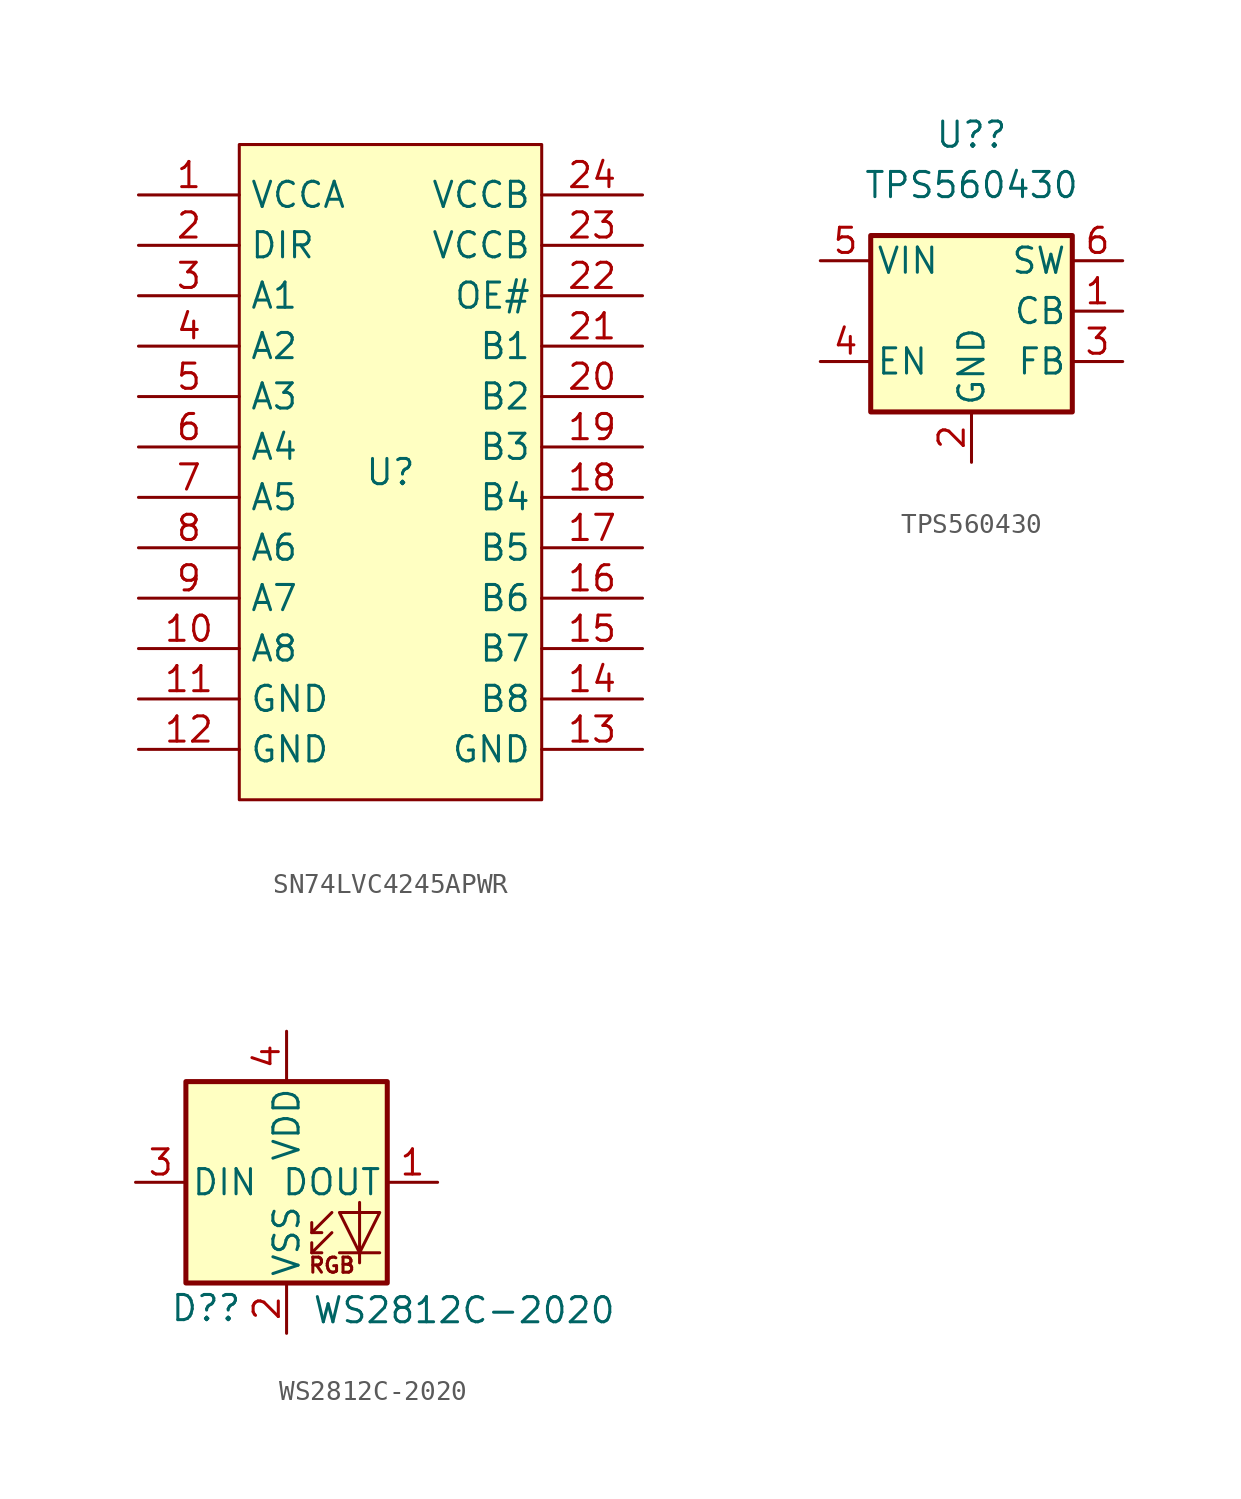
<source format=kicad_sym>
(kicad_symbol_lib
  (version 20231120)
  (generator "kicad_symbol_editor")
  (generator_version "8.0")
  (symbol "SN74LVC4245APWR"
    (property "Reference" "U"
      (at 0 0 0)
      (effects (font (size 1.27 1.27))))
    (property "Value" ""
      (at 0 0 0)
      (effects (font (size 1.27 1.27))))
    (symbol "SN74LVC4245APWR_1_0"
      (rectangle (start -7.62 16.51) (end 7.62 -16.51) (stroke (width 0) (type default)) (fill (type background)))
      (pin unspecified line (at -12.7 13.97 0) (length 5.08) (name "VCCA" (effects (font (size 1.27 1.27)))) (number "1" (effects (font (size 1.27 1.27)))))
      (pin unspecified line (at -12.7 -8.89 0) (length 5.08) (name "A8" (effects (font (size 1.27 1.27)))) (number "10" (effects (font (size 1.27 1.27)))))
      (pin unspecified line (at -12.7 -11.43 0) (length 5.08) (name "GND" (effects (font (size 1.27 1.27)))) (number "11" (effects (font (size 1.27 1.27)))))
      (pin unspecified line (at -12.7 -13.97 0) (length 5.08) (name "GND" (effects (font (size 1.27 1.27)))) (number "12" (effects (font (size 1.27 1.27)))))
      (pin unspecified line (at 12.7 -13.97 180) (length 5.08) (name "GND" (effects (font (size 1.27 1.27)))) (number "13" (effects (font (size 1.27 1.27)))))
      (pin unspecified line (at 12.7 -11.43 180) (length 5.08) (name "B8" (effects (font (size 1.27 1.27)))) (number "14" (effects (font (size 1.27 1.27)))))
      (pin unspecified line (at 12.7 -8.89 180) (length 5.08) (name "B7" (effects (font (size 1.27 1.27)))) (number "15" (effects (font (size 1.27 1.27)))))
      (pin unspecified line (at 12.7 -6.35 180) (length 5.08) (name "B6" (effects (font (size 1.27 1.27)))) (number "16" (effects (font (size 1.27 1.27)))))
      (pin unspecified line (at 12.7 -3.81 180) (length 5.08) (name "B5" (effects (font (size 1.27 1.27)))) (number "17" (effects (font (size 1.27 1.27)))))
      (pin unspecified line (at 12.7 -1.27 180) (length 5.08) (name "B4" (effects (font (size 1.27 1.27)))) (number "18" (effects (font (size 1.27 1.27)))))
      (pin unspecified line (at 12.7 1.27 180) (length 5.08) (name "B3" (effects (font (size 1.27 1.27)))) (number "19" (effects (font (size 1.27 1.27)))))
      (pin unspecified line (at -12.7 11.43 0) (length 5.08) (name "DIR" (effects (font (size 1.27 1.27)))) (number "2" (effects (font (size 1.27 1.27)))))
      (pin unspecified line (at 12.7 3.81 180) (length 5.08) (name "B2" (effects (font (size 1.27 1.27)))) (number "20" (effects (font (size 1.27 1.27)))))
      (pin unspecified line (at 12.7 6.35 180) (length 5.08) (name "B1" (effects (font (size 1.27 1.27)))) (number "21" (effects (font (size 1.27 1.27)))))
      (pin unspecified line (at 12.7 8.89 180) (length 5.08) (name "OE#" (effects (font (size 1.27 1.27)))) (number "22" (effects (font (size 1.27 1.27)))))
      (pin unspecified line (at 12.7 11.43 180) (length 5.08) (name "VCCB" (effects (font (size 1.27 1.27)))) (number "23" (effects (font (size 1.27 1.27)))))
      (pin unspecified line (at 12.7 13.97 180) (length 5.08) (name "VCCB" (effects (font (size 1.27 1.27)))) (number "24" (effects (font (size 1.27 1.27)))))
      (pin unspecified line (at -12.7 8.89 0) (length 5.08) (name "A1" (effects (font (size 1.27 1.27)))) (number "3" (effects (font (size 1.27 1.27)))))
      (pin unspecified line (at -12.7 6.35 0) (length 5.08) (name "A2" (effects (font (size 1.27 1.27)))) (number "4" (effects (font (size 1.27 1.27)))))
      (pin unspecified line (at -12.7 3.81 0) (length 5.08) (name "A3" (effects (font (size 1.27 1.27)))) (number "5" (effects (font (size 1.27 1.27)))))
      (pin unspecified line (at -12.7 1.27 0) (length 5.08) (name "A4" (effects (font (size 1.27 1.27)))) (number "6" (effects (font (size 1.27 1.27)))))
      (pin unspecified line (at -12.7 -1.27 0) (length 5.08) (name "A5" (effects (font (size 1.27 1.27)))) (number "7" (effects (font (size 1.27 1.27)))))
      (pin unspecified line (at -12.7 -3.81 0) (length 5.08) (name "A6" (effects (font (size 1.27 1.27)))) (number "8" (effects (font (size 1.27 1.27)))))
      (pin unspecified line (at -12.7 -6.35 0) (length 5.08) (name "A7" (effects (font (size 1.27 1.27)))) (number "9" (effects (font (size 1.27 1.27)))))))
  (symbol "TPS560430"
    (pin_names
      (offset 0.254))
    (property "Reference" "U?"
      (at 0 8.89 0)
      (effects (font (size 1.27 1.27))))
    (property "Value" "TPS560430"
      (at 0 6.35 0)
      (effects (font (size 1.27 1.27))))
    (symbol "TPS560430_0_1"
      (rectangle (start -5.08 3.81) (end 5.08 -5.08) (stroke (width 0.254) (type default)) (fill (type background))))
    (symbol "TPS560430_1_1"
      (pin input line (at 7.62 0 180) (length 2.54) (name "CB" (effects (font (size 1.27 1.27)))) (number "1" (effects (font (size 1.27 1.27)))))
      (pin power_in line (at 0 -7.62 90) (length 2.54) (name "GND" (effects (font (size 1.27 1.27)))) (number "2" (effects (font (size 1.27 1.27)))))
      (pin input line (at 7.62 -2.54 180) (length 2.54) (name "FB" (effects (font (size 1.27 1.27)))) (number "3" (effects (font (size 1.27 1.27)))))
      (pin input line (at -7.62 -2.54 0) (length 2.54) (name "EN" (effects (font (size 1.27 1.27)))) (number "4" (effects (font (size 1.27 1.27)))))
      (pin power_in line (at -7.62 2.54 0) (length 2.54) (name "VIN" (effects (font (size 1.27 1.27)))) (number "5" (effects (font (size 1.27 1.27)))))
      (pin power_out line (at 7.62 2.54 180) (length 2.54) (name "SW" (effects (font (size 1.27 1.27)))) (number "6" (effects (font (size 1.27 1.27)))))))
  (symbol "WS2812C-2020"
    (pin_names
      (offset 0.254))
    (property "Reference" "D?"
      (at -4.064 -6.35 0)
      (effects (font (size 1.27 1.27))))
    (property "Value" "WS2812C-2020"
      (at 1.27 -5.715 0)
      (effects (font (size 1.27 1.27)) (justify left top)))
    (symbol "WS2812C-2020_0_0"
      (text "RGB" (at 2.286 -4.191 0) (effects (font (size 0.762 0.762)))))
    (symbol "WS2812C-2020_0_1"
      (polyline (pts (xy 1.27 -3.556) (xy 1.778 -3.556)) (stroke (width 0) (type default)) (fill (type none)))
      (polyline (pts (xy 1.27 -2.54) (xy 1.778 -2.54)) (stroke (width 0) (type default)) (fill (type none)))
      (polyline (pts (xy 4.699 -3.556) (xy 2.667 -3.556)) (stroke (width 0) (type default)) (fill (type none)))
      (polyline (pts (xy 2.286 -2.54) (xy 1.27 -3.556) (xy 1.27 -3.048)) (stroke (width 0) (type default)) (fill (type none)))
      (polyline (pts (xy 2.286 -1.524) (xy 1.27 -2.54) (xy 1.27 -2.032)) (stroke (width 0) (type default)) (fill (type none)))
      (polyline (pts (xy 3.683 -1.016) (xy 3.683 -3.556) (xy 3.683 -4.064)) (stroke (width 0) (type default)) (fill (type none)))
      (polyline (pts (xy 4.699 -1.524) (xy 2.667 -1.524) (xy 3.683 -3.556) (xy 4.699 -1.524)) (stroke (width 0) (type default)) (fill (type none)))
      (rectangle (start 5.08 5.08) (end -5.08 -5.08) (stroke (width 0.254) (type default)) (fill (type background))))
    (symbol "WS2812C-2020_1_1"
      (pin output line (at 7.62 0 180) (length 2.54) (name "DOUT" (effects (font (size 1.27 1.27)))) (number "1" (effects (font (size 1.27 1.27)))))
      (pin power_in line (at 0 -7.62 90) (length 2.54) (name "VSS" (effects (font (size 1.27 1.27)))) (number "2" (effects (font (size 1.27 1.27)))))
      (pin input line (at -7.62 0 0) (length 2.54) (name "DIN" (effects (font (size 1.27 1.27)))) (number "3" (effects (font (size 1.27 1.27)))))
      (pin power_in line (at 0 7.62 270) (length 2.54) (name "VDD" (effects (font (size 1.27 1.27)))) (number "4" (effects (font (size 1.27 1.27))))))))
</source>
